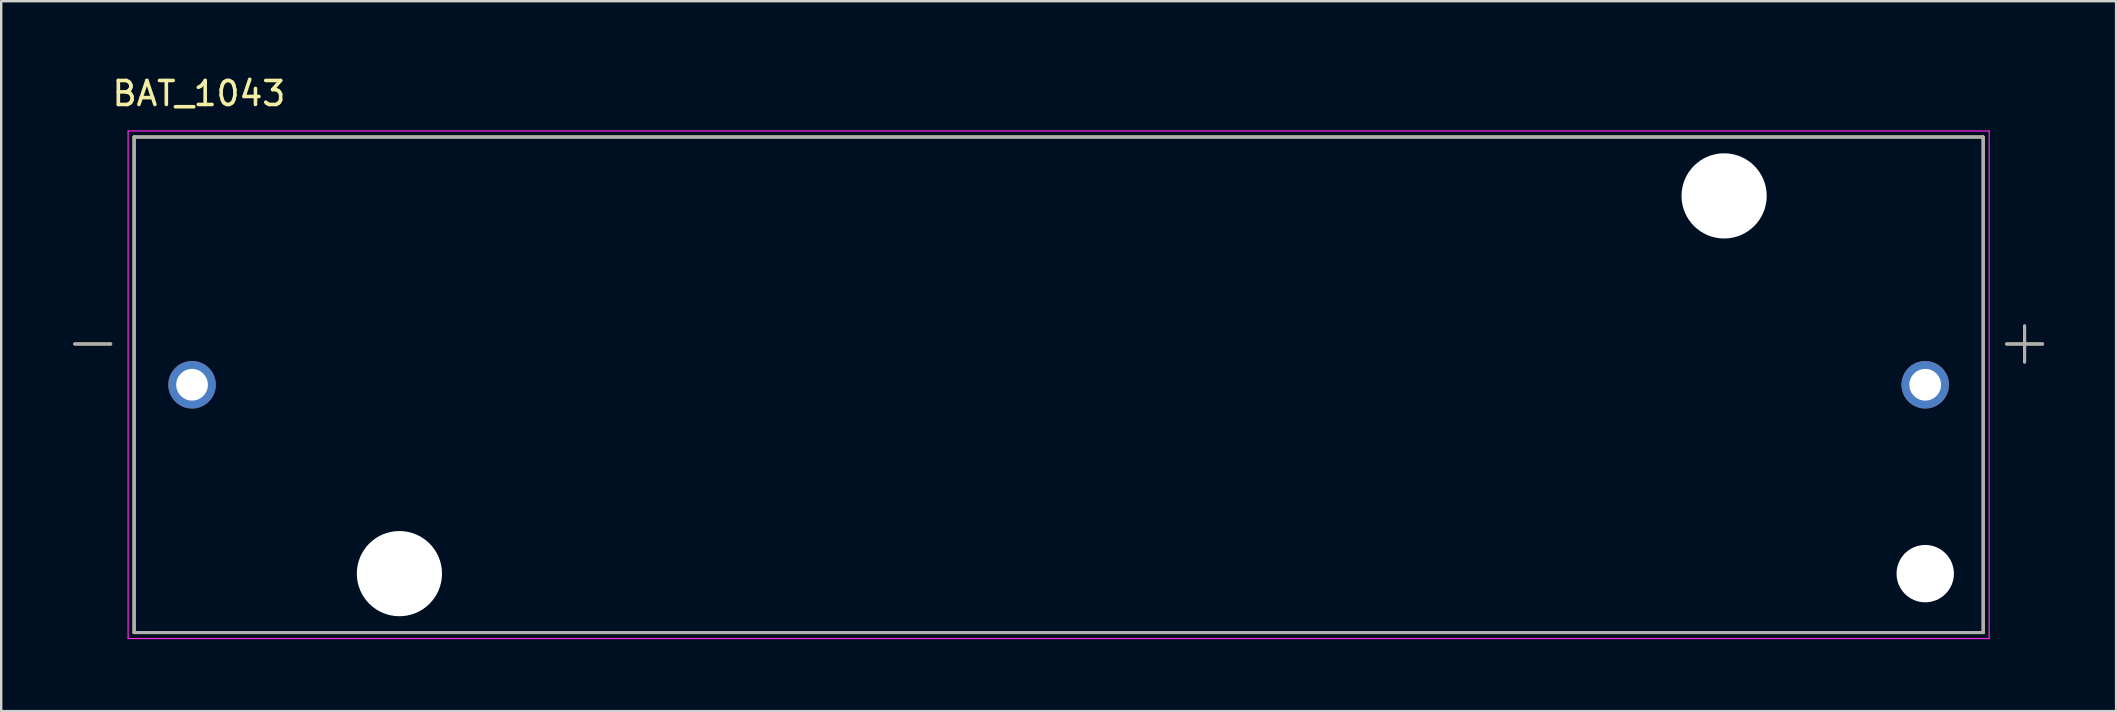
<source format=kicad_pcb>
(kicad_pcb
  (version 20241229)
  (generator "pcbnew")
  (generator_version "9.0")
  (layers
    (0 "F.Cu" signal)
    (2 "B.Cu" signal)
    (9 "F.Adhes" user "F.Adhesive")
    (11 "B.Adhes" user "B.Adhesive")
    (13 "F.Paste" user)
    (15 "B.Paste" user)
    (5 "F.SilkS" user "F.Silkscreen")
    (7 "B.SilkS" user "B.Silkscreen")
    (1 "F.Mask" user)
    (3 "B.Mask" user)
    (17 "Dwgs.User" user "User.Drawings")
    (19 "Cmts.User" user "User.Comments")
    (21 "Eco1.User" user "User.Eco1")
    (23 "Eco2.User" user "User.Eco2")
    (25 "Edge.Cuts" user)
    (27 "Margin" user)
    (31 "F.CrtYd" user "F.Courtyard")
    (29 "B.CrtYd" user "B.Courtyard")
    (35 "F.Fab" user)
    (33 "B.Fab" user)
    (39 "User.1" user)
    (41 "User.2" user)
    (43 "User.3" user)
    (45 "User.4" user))
  (footprint "BAT_1043"
    (layer "F.Cu")
    (at 41.063 12.983)
    (property "Reference" "BAT_1043" (at -35.825 -12.135 0) (layer "F.SilkS") (effects (font (size 1 1) (thickness 0.15))))
    (attr through_hole)
    (fp_line (start -39.5 -1.7) (end -41 -1.7) (stroke (width 0.127) (type solid)) (layer "F.SilkS"))
    (fp_line (start -38.525 -10.325) (end -38.525 10.325) (stroke (width 0.127) (type solid)) (layer "F.SilkS"))
    (fp_line (start -38.525 10.325) (end 38.525 10.325) (stroke (width 0.127) (type solid)) (layer "F.SilkS"))
    (fp_line (start 38.525 -10.325) (end -38.525 -10.325) (stroke (width 0.127) (type solid)) (layer "F.SilkS"))
    (fp_line (start 38.525 10.325) (end 38.525 -10.325) (stroke (width 0.127) (type solid)) (layer "F.SilkS"))
    (fp_line (start 39.5 -1.7) (end 41 -1.7) (stroke (width 0.127) (type solid)) (layer "F.SilkS"))
    (fp_line (start 40.25 -0.95) (end 40.25 -2.45) (stroke (width 0.127) (type solid)) (layer "F.SilkS"))
    (fp_line (start -38.775 -10.575) (end -38.775 10.575) (stroke (width 0.05) (type solid)) (layer "F.CrtYd"))
    (fp_line (start -38.775 10.575) (end 38.775 10.575) (stroke (width 0.05) (type solid)) (layer "F.CrtYd"))
    (fp_line (start 38.775 -10.575) (end -38.775 -10.575) (stroke (width 0.05) (type solid)) (layer "F.CrtYd"))
    (fp_line (start 38.775 10.575) (end 38.775 -10.575) (stroke (width 0.05) (type solid)) (layer "F.CrtYd"))
    (fp_line (start -39.5 -1.7) (end -41 -1.7) (stroke (width 0.127) (type solid)) (layer "F.Fab"))
    (fp_line (start -38.525 -10.325) (end -38.525 10.325) (stroke (width 0.127) (type solid)) (layer "F.Fab"))
    (fp_line (start -38.525 10.325) (end 38.525 10.325) (stroke (width 0.127) (type solid)) (layer "F.Fab"))
    (fp_line (start 38.525 -10.325) (end -38.525 -10.325) (stroke (width 0.127) (type solid)) (layer "F.Fab"))
    (fp_line (start 38.525 10.325) (end 38.525 -10.325) (stroke (width 0.127) (type solid)) (layer "F.Fab"))
    (fp_line (start 39.5 -1.7) (end 41 -1.7) (stroke (width 0.127) (type solid)) (layer "F.Fab"))
    (fp_line (start 40.25 -0.95) (end 40.25 -2.45) (stroke (width 0.127) (type solid)) (layer "F.Fab"))
    (pad "" np_thru_hole circle (at -27.47 7.87) (size 3.55 3.55) (drill 3.55) (layers "*.Cu" "*.Mask"))
    (pad "" np_thru_hole circle (at 27.73 -7.87) (size 3.55 3.55) (drill 3.55) (layers "*.Cu" "*.Mask"))
    (pad "" np_thru_hole circle (at 36.11 7.87) (size 2.39 2.39) (drill 2.39) (layers "*.Cu" "*.Mask"))
    (pad "N" thru_hole circle (at -36.11 0) (size 1.98 1.98) (drill 1.32) (layers "*.Cu" "*.Mask"))
    (pad "P" thru_hole circle (at 36.11 0) (size 1.98 1.98) (drill 1.32) (layers "*.Cu" "*.Mask")))
  (gr_rect
    (start -3 -3)
    (end 85.127 26.583)
    (stroke (width 0.1) (type default))
    (fill no)
    (layer "Edge.Cuts")))
</source>
